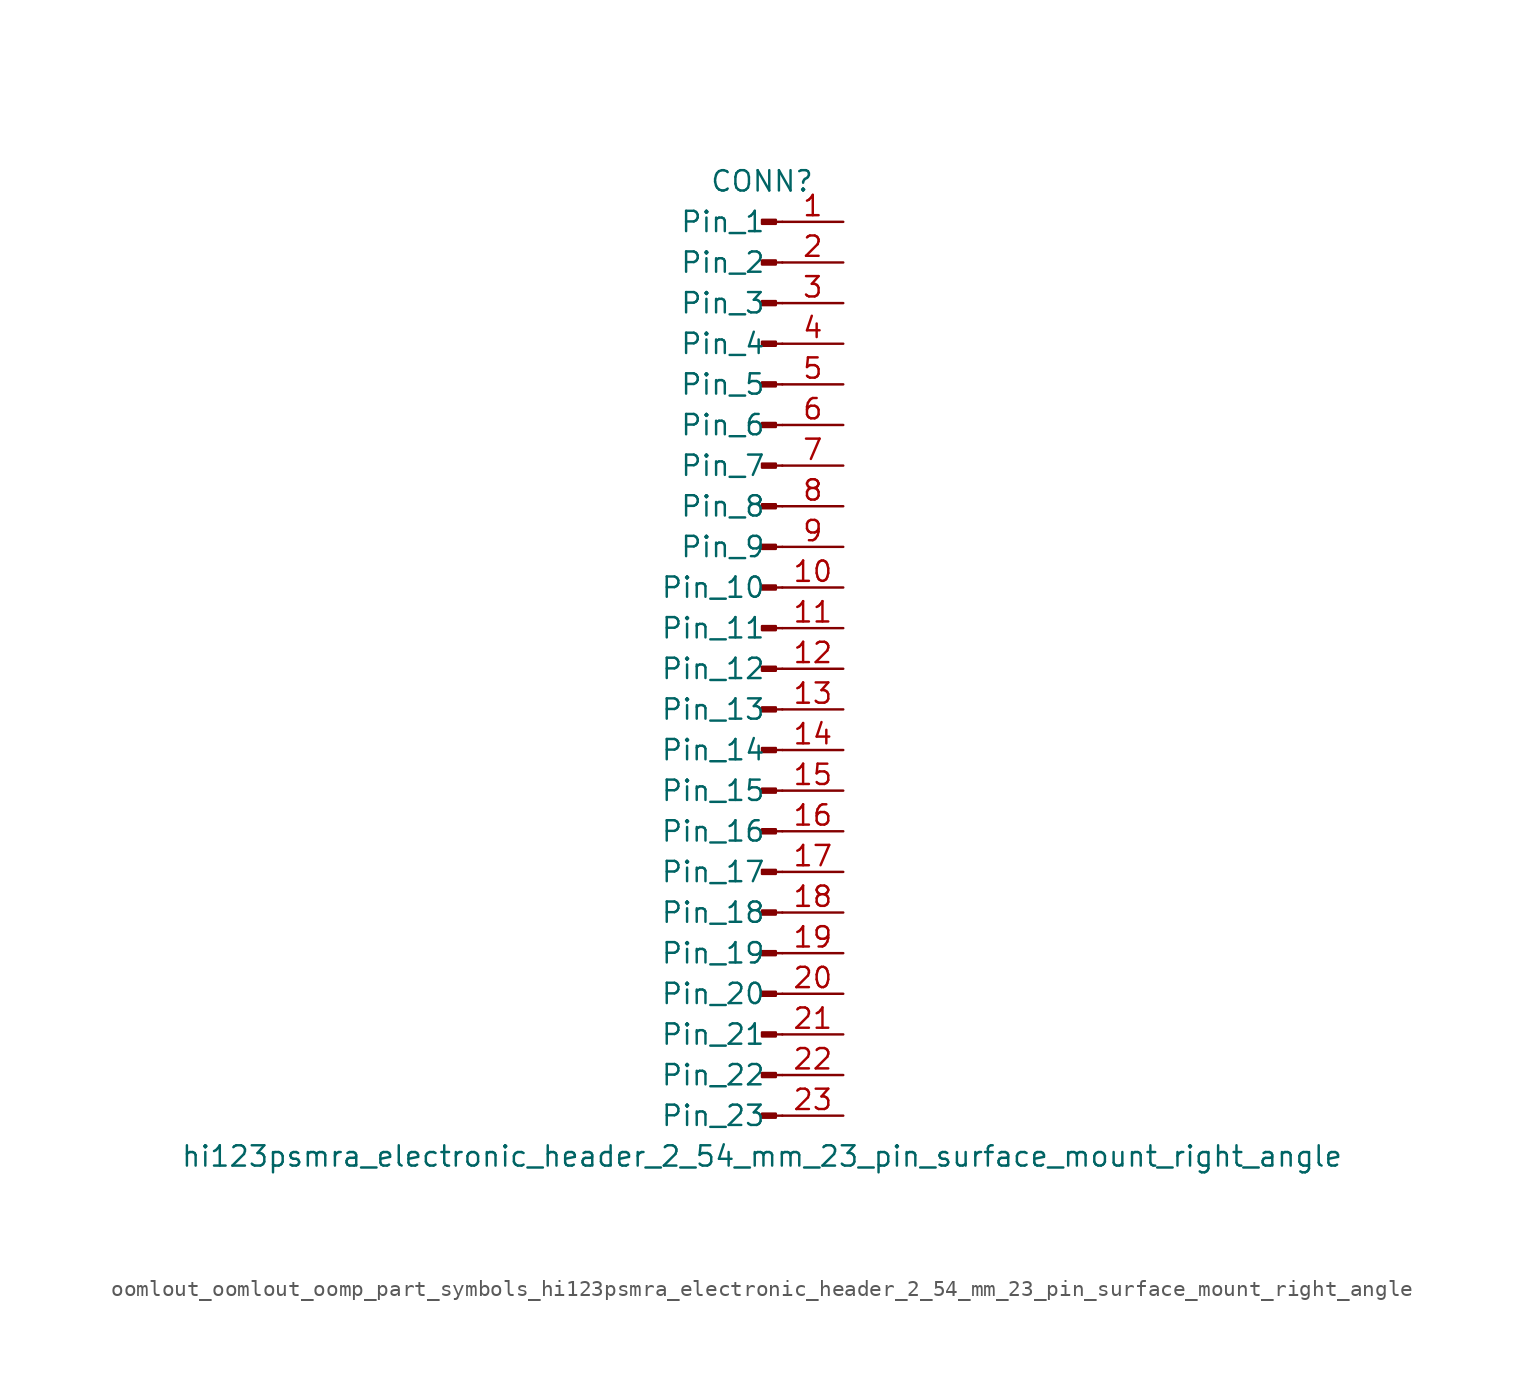
<source format=kicad_sym>
(kicad_symbol_lib
  (version 20220914)
  (generator kicad_symbol_editor)
  (symbol "oomlout_oomlout_oomp_part_symbols_hi123psmra_electronic_header_2_54_mm_23_pin_surface_mount_right_angle"
    (pin_names
      (offset 1.016))
    (property "Reference" "CONN"
      (at 0 30.48 0)
      (effects (font (size 1.27 1.27))))
    (property "Value" "hi123psmra_electronic_header_2_54_mm_23_pin_surface_mount_right_angle"
      (at 0 -30.48 0)
      (effects (font (size 1.27 1.27))))
    (property "ki_locked" ""
      (at 0 0 0)
      (effects (font (size 1.27 1.27))))
    (symbol "oomlout_oomlout_oomp_part_symbols_hi123psmra_electronic_header_2_54_mm_23_pin_surface_mount_right_angle_1_1"
      (polyline (pts (xy 1.27 -27.94) (xy 0.864 -27.94)) (stroke (width 0.152) (type default)) (fill (type none)))
      (polyline (pts (xy 1.27 -25.4) (xy 0.864 -25.4)) (stroke (width 0.152) (type default)) (fill (type none)))
      (polyline (pts (xy 1.27 -22.86) (xy 0.864 -22.86)) (stroke (width 0.152) (type default)) (fill (type none)))
      (polyline (pts (xy 1.27 -20.32) (xy 0.864 -20.32)) (stroke (width 0.152) (type default)) (fill (type none)))
      (polyline (pts (xy 1.27 -17.78) (xy 0.864 -17.78)) (stroke (width 0.152) (type default)) (fill (type none)))
      (polyline (pts (xy 1.27 -15.24) (xy 0.864 -15.24)) (stroke (width 0.152) (type default)) (fill (type none)))
      (polyline (pts (xy 1.27 -12.7) (xy 0.864 -12.7)) (stroke (width 0.152) (type default)) (fill (type none)))
      (polyline (pts (xy 1.27 -10.16) (xy 0.864 -10.16)) (stroke (width 0.152) (type default)) (fill (type none)))
      (polyline (pts (xy 1.27 -7.62) (xy 0.864 -7.62)) (stroke (width 0.152) (type default)) (fill (type none)))
      (polyline (pts (xy 1.27 -5.08) (xy 0.864 -5.08)) (stroke (width 0.152) (type default)) (fill (type none)))
      (polyline (pts (xy 1.27 -2.54) (xy 0.864 -2.54)) (stroke (width 0.152) (type default)) (fill (type none)))
      (polyline (pts (xy 1.27 0) (xy 0.864 0)) (stroke (width 0.152) (type default)) (fill (type none)))
      (polyline (pts (xy 1.27 2.54) (xy 0.864 2.54)) (stroke (width 0.152) (type default)) (fill (type none)))
      (polyline (pts (xy 1.27 5.08) (xy 0.864 5.08)) (stroke (width 0.152) (type default)) (fill (type none)))
      (polyline (pts (xy 1.27 7.62) (xy 0.864 7.62)) (stroke (width 0.152) (type default)) (fill (type none)))
      (polyline (pts (xy 1.27 10.16) (xy 0.864 10.16)) (stroke (width 0.152) (type default)) (fill (type none)))
      (polyline (pts (xy 1.27 12.7) (xy 0.864 12.7)) (stroke (width 0.152) (type default)) (fill (type none)))
      (polyline (pts (xy 1.27 15.24) (xy 0.864 15.24)) (stroke (width 0.152) (type default)) (fill (type none)))
      (polyline (pts (xy 1.27 17.78) (xy 0.864 17.78)) (stroke (width 0.152) (type default)) (fill (type none)))
      (polyline (pts (xy 1.27 20.32) (xy 0.864 20.32)) (stroke (width 0.152) (type default)) (fill (type none)))
      (polyline (pts (xy 1.27 22.86) (xy 0.864 22.86)) (stroke (width 0.152) (type default)) (fill (type none)))
      (polyline (pts (xy 1.27 25.4) (xy 0.864 25.4)) (stroke (width 0.152) (type default)) (fill (type none)))
      (polyline (pts (xy 1.27 27.94) (xy 0.864 27.94)) (stroke (width 0.152) (type default)) (fill (type none)))
      (rectangle (start 0.864 -27.813) (end 0 -28.067) (stroke (width 0.152) (type default)) (fill (type outline)))
      (rectangle (start 0.864 -25.273) (end 0 -25.527) (stroke (width 0.152) (type default)) (fill (type outline)))
      (rectangle (start 0.864 -22.733) (end 0 -22.987) (stroke (width 0.152) (type default)) (fill (type outline)))
      (rectangle (start 0.864 -20.193) (end 0 -20.447) (stroke (width 0.152) (type default)) (fill (type outline)))
      (rectangle (start 0.864 -17.653) (end 0 -17.907) (stroke (width 0.152) (type default)) (fill (type outline)))
      (rectangle (start 0.864 -15.113) (end 0 -15.367) (stroke (width 0.152) (type default)) (fill (type outline)))
      (rectangle (start 0.864 -12.573) (end 0 -12.827) (stroke (width 0.152) (type default)) (fill (type outline)))
      (rectangle (start 0.864 -10.033) (end 0 -10.287) (stroke (width 0.152) (type default)) (fill (type outline)))
      (rectangle (start 0.864 -7.493) (end 0 -7.747) (stroke (width 0.152) (type default)) (fill (type outline)))
      (rectangle (start 0.864 -4.953) (end 0 -5.207) (stroke (width 0.152) (type default)) (fill (type outline)))
      (rectangle (start 0.864 -2.413) (end 0 -2.667) (stroke (width 0.152) (type default)) (fill (type outline)))
      (rectangle (start 0.864 0.127) (end 0 -0.127) (stroke (width 0.152) (type default)) (fill (type outline)))
      (rectangle (start 0.864 2.667) (end 0 2.413) (stroke (width 0.152) (type default)) (fill (type outline)))
      (rectangle (start 0.864 5.207) (end 0 4.953) (stroke (width 0.152) (type default)) (fill (type outline)))
      (rectangle (start 0.864 7.747) (end 0 7.493) (stroke (width 0.152) (type default)) (fill (type outline)))
      (rectangle (start 0.864 10.287) (end 0 10.033) (stroke (width 0.152) (type default)) (fill (type outline)))
      (rectangle (start 0.864 12.827) (end 0 12.573) (stroke (width 0.152) (type default)) (fill (type outline)))
      (rectangle (start 0.864 15.367) (end 0 15.113) (stroke (width 0.152) (type default)) (fill (type outline)))
      (rectangle (start 0.864 17.907) (end 0 17.653) (stroke (width 0.152) (type default)) (fill (type outline)))
      (rectangle (start 0.864 20.447) (end 0 20.193) (stroke (width 0.152) (type default)) (fill (type outline)))
      (rectangle (start 0.864 22.987) (end 0 22.733) (stroke (width 0.152) (type default)) (fill (type outline)))
      (rectangle (start 0.864 25.527) (end 0 25.273) (stroke (width 0.152) (type default)) (fill (type outline)))
      (rectangle (start 0.864 28.067) (end 0 27.813) (stroke (width 0.152) (type default)) (fill (type outline)))
      (pin passive line (at 5.08 27.94 180) (length 3.81) (name "Pin_1" (effects (font (size 1.27 1.27)))) (number "1" (effects (font (size 1.27 1.27)))))
      (pin passive line (at 5.08 5.08 180) (length 3.81) (name "Pin_10" (effects (font (size 1.27 1.27)))) (number "10" (effects (font (size 1.27 1.27)))))
      (pin passive line (at 5.08 2.54 180) (length 3.81) (name "Pin_11" (effects (font (size 1.27 1.27)))) (number "11" (effects (font (size 1.27 1.27)))))
      (pin passive line (at 5.08 0 180) (length 3.81) (name "Pin_12" (effects (font (size 1.27 1.27)))) (number "12" (effects (font (size 1.27 1.27)))))
      (pin passive line (at 5.08 -2.54 180) (length 3.81) (name "Pin_13" (effects (font (size 1.27 1.27)))) (number "13" (effects (font (size 1.27 1.27)))))
      (pin passive line (at 5.08 -5.08 180) (length 3.81) (name "Pin_14" (effects (font (size 1.27 1.27)))) (number "14" (effects (font (size 1.27 1.27)))))
      (pin passive line (at 5.08 -7.62 180) (length 3.81) (name "Pin_15" (effects (font (size 1.27 1.27)))) (number "15" (effects (font (size 1.27 1.27)))))
      (pin passive line (at 5.08 -10.16 180) (length 3.81) (name "Pin_16" (effects (font (size 1.27 1.27)))) (number "16" (effects (font (size 1.27 1.27)))))
      (pin passive line (at 5.08 -12.7 180) (length 3.81) (name "Pin_17" (effects (font (size 1.27 1.27)))) (number "17" (effects (font (size 1.27 1.27)))))
      (pin passive line (at 5.08 -15.24 180) (length 3.81) (name "Pin_18" (effects (font (size 1.27 1.27)))) (number "18" (effects (font (size 1.27 1.27)))))
      (pin passive line (at 5.08 -17.78 180) (length 3.81) (name "Pin_19" (effects (font (size 1.27 1.27)))) (number "19" (effects (font (size 1.27 1.27)))))
      (pin passive line (at 5.08 25.4 180) (length 3.81) (name "Pin_2" (effects (font (size 1.27 1.27)))) (number "2" (effects (font (size 1.27 1.27)))))
      (pin passive line (at 5.08 -20.32 180) (length 3.81) (name "Pin_20" (effects (font (size 1.27 1.27)))) (number "20" (effects (font (size 1.27 1.27)))))
      (pin passive line (at 5.08 -22.86 180) (length 3.81) (name "Pin_21" (effects (font (size 1.27 1.27)))) (number "21" (effects (font (size 1.27 1.27)))))
      (pin passive line (at 5.08 -25.4 180) (length 3.81) (name "Pin_22" (effects (font (size 1.27 1.27)))) (number "22" (effects (font (size 1.27 1.27)))))
      (pin passive line (at 5.08 -27.94 180) (length 3.81) (name "Pin_23" (effects (font (size 1.27 1.27)))) (number "23" (effects (font (size 1.27 1.27)))))
      (pin passive line (at 5.08 22.86 180) (length 3.81) (name "Pin_3" (effects (font (size 1.27 1.27)))) (number "3" (effects (font (size 1.27 1.27)))))
      (pin passive line (at 5.08 20.32 180) (length 3.81) (name "Pin_4" (effects (font (size 1.27 1.27)))) (number "4" (effects (font (size 1.27 1.27)))))
      (pin passive line (at 5.08 17.78 180) (length 3.81) (name "Pin_5" (effects (font (size 1.27 1.27)))) (number "5" (effects (font (size 1.27 1.27)))))
      (pin passive line (at 5.08 15.24 180) (length 3.81) (name "Pin_6" (effects (font (size 1.27 1.27)))) (number "6" (effects (font (size 1.27 1.27)))))
      (pin passive line (at 5.08 12.7 180) (length 3.81) (name "Pin_7" (effects (font (size 1.27 1.27)))) (number "7" (effects (font (size 1.27 1.27)))))
      (pin passive line (at 5.08 10.16 180) (length 3.81) (name "Pin_8" (effects (font (size 1.27 1.27)))) (number "8" (effects (font (size 1.27 1.27)))))
      (pin passive line (at 5.08 7.62 180) (length 3.81) (name "Pin_9" (effects (font (size 1.27 1.27)))) (number "9" (effects (font (size 1.27 1.27))))))))
</source>
